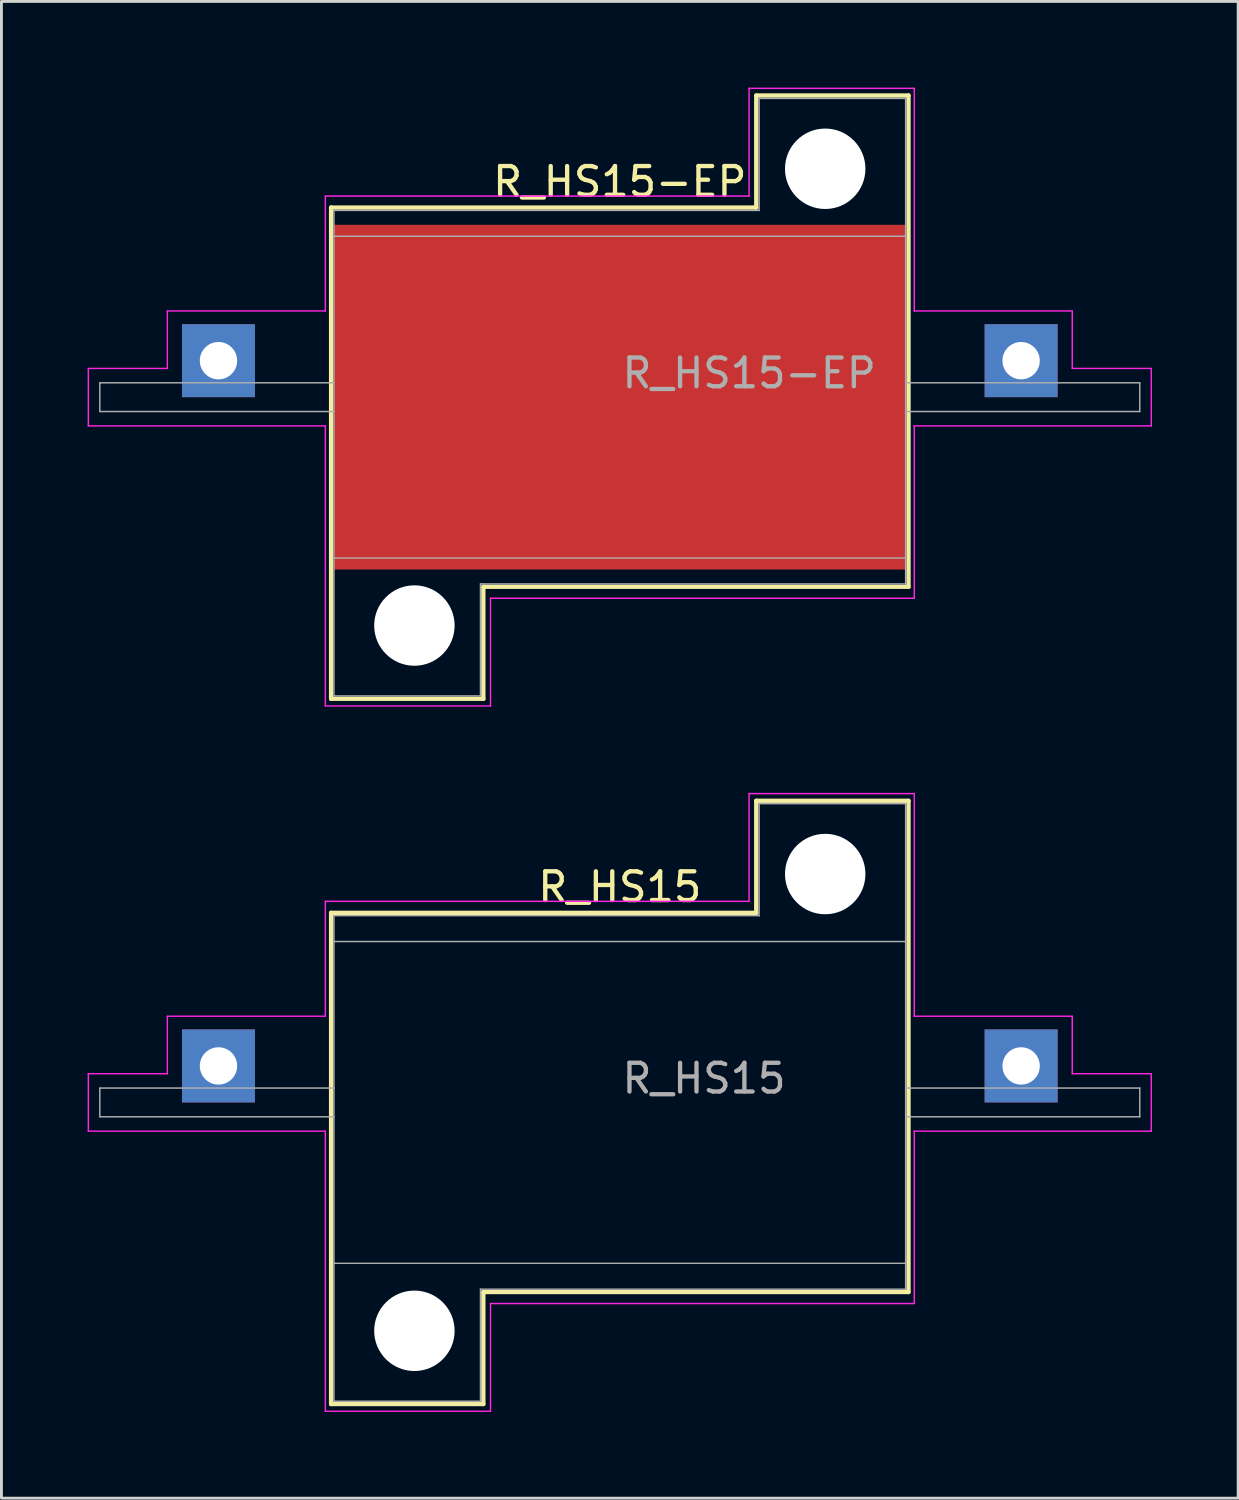
<source format=kicad_pcb>
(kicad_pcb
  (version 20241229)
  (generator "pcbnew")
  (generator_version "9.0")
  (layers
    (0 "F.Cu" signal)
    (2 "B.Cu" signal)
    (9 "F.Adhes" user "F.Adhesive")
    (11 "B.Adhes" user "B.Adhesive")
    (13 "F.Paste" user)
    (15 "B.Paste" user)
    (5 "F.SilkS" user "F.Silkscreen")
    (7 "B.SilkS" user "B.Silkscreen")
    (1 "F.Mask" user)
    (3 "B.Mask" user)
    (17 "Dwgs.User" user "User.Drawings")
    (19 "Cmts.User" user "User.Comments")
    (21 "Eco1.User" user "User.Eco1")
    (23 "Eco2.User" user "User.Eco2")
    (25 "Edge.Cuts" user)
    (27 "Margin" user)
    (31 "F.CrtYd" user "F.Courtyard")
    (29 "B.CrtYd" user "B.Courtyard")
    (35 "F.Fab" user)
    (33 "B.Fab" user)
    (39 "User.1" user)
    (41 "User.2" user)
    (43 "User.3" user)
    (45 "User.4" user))
  (footprint "R_HS15-EP"
    (layer "F.Cu")
    (at 18.525 10.775)
    (property "Reference" "R_HS15-EP" (at 0 -0.25 0) (layer "F.Fab") (effects (font (size 1 1) (thickness 0.15)) (justify left bottom)))
    (attr through_hole)
    (fp_line (start -10.05 -6.6) (end -10.05 10.5) (stroke (width 0.15) (type solid)) (layer "F.SilkS"))
    (fp_line (start -10.05 10.5) (end -4.75 10.5) (stroke (width 0.15) (type solid)) (layer "F.SilkS"))
    (fp_line (start -4.75 6.6) (end -4.75 10.5) (stroke (width 0.15) (type solid)) (layer "F.SilkS"))
    (fp_line (start -4.75 6.6) (end 10.05 6.6) (stroke (width 0.15) (type solid)) (layer "F.SilkS"))
    (fp_line (start 4.75 -6.6) (end -10.05 -6.6) (stroke (width 0.15) (type solid)) (layer "F.SilkS"))
    (fp_line (start 4.75 -6.6) (end 4.75 -10.5) (stroke (width 0.15) (type solid)) (layer "F.SilkS"))
    (fp_line (start 10.05 -10.5) (end 4.75 -10.5) (stroke (width 0.15) (type solid)) (layer "F.SilkS"))
    (fp_line (start 10.05 6.6) (end 10.05 -10.5) (stroke (width 0.15) (type solid)) (layer "F.SilkS"))
    (fp_line (start -18.5 -1) (end -18.5 1) (stroke (width 0.05) (type solid)) (layer "F.CrtYd"))
    (fp_line (start -18.5 1) (end -10.25 1) (stroke (width 0.05) (type solid)) (layer "F.CrtYd"))
    (fp_line (start -15.75 -3) (end -15.75 -1) (stroke (width 0.05) (type solid)) (layer "F.CrtYd"))
    (fp_line (start -15.75 -1) (end -18.5 -1) (stroke (width 0.05) (type solid)) (layer "F.CrtYd"))
    (fp_line (start -10.25 -7) (end -10.25 -3) (stroke (width 0.05) (type solid)) (layer "F.CrtYd"))
    (fp_line (start -10.25 -3) (end -15.75 -3) (stroke (width 0.05) (type solid)) (layer "F.CrtYd"))
    (fp_line (start -10.25 1) (end -10.25 10.75) (stroke (width 0.05) (type solid)) (layer "F.CrtYd"))
    (fp_line (start -10.25 10.75) (end -4.5 10.75) (stroke (width 0.05) (type solid)) (layer "F.CrtYd"))
    (fp_line (start -4.5 7) (end 10.25 7) (stroke (width 0.05) (type solid)) (layer "F.CrtYd"))
    (fp_line (start -4.5 10.75) (end -4.5 7) (stroke (width 0.05) (type solid)) (layer "F.CrtYd"))
    (fp_line (start 4.5 -10.75) (end 4.5 -7) (stroke (width 0.05) (type solid)) (layer "F.CrtYd"))
    (fp_line (start 4.5 -7) (end -10.25 -7) (stroke (width 0.05) (type solid)) (layer "F.CrtYd"))
    (fp_line (start 10.25 -10.75) (end 4.5 -10.75) (stroke (width 0.05) (type solid)) (layer "F.CrtYd"))
    (fp_line (start 10.25 -3) (end 10.25 -10.75) (stroke (width 0.05) (type solid)) (layer "F.CrtYd"))
    (fp_line (start 10.25 1) (end 18.5 1) (stroke (width 0.05) (type solid)) (layer "F.CrtYd"))
    (fp_line (start 10.25 7) (end 10.25 1) (stroke (width 0.05) (type solid)) (layer "F.CrtYd"))
    (fp_line (start 15.75 -3) (end 10.25 -3) (stroke (width 0.05) (type solid)) (layer "F.CrtYd"))
    (fp_line (start 15.75 -1) (end 15.75 -3) (stroke (width 0.05) (type solid)) (layer "F.CrtYd"))
    (fp_line (start 18.5 -1) (end 15.75 -1) (stroke (width 0.05) (type solid)) (layer "F.CrtYd"))
    (fp_line (start 18.5 1) (end 18.5 -1) (stroke (width 0.05) (type solid)) (layer "F.CrtYd"))
    (fp_line (start -18.1 -0.5) (end -9.95 -0.5) (stroke (width 0.05) (type solid)) (layer "F.Fab"))
    (fp_line (start -18.1 0.5) (end -18.1 -0.5) (stroke (width 0.05) (type solid)) (layer "F.Fab"))
    (fp_line (start -9.95 -6.5) (end -9.95 10.4) (stroke (width 0.05) (type solid)) (layer "F.Fab"))
    (fp_line (start -9.95 0.5) (end -18.1 0.5) (stroke (width 0.05) (type solid)) (layer "F.Fab"))
    (fp_line (start -9.95 5.6) (end 9.95 5.6) (stroke (width 0.05) (type solid)) (layer "F.Fab"))
    (fp_line (start -9.95 10.4) (end -4.85 10.4) (stroke (width 0.05) (type solid)) (layer "F.Fab"))
    (fp_line (start -4.85 6.5) (end -4.85 10.4) (stroke (width 0.05) (type solid)) (layer "F.Fab"))
    (fp_line (start -4.85 6.5) (end 9.95 6.5) (stroke (width 0.05) (type solid)) (layer "F.Fab"))
    (fp_line (start 4.85 -6.5) (end -9.95 -6.5) (stroke (width 0.05) (type solid)) (layer "F.Fab"))
    (fp_line (start 4.85 -6.5) (end 4.85 -10.4) (stroke (width 0.05) (type solid)) (layer "F.Fab"))
    (fp_line (start 9.95 -10.4) (end 4.85 -10.4) (stroke (width 0.05) (type solid)) (layer "F.Fab"))
    (fp_line (start 9.95 -5.6) (end -9.95 -5.6) (stroke (width 0.05) (type solid)) (layer "F.Fab"))
    (fp_line (start 9.95 -0.5) (end 18.1 -0.5) (stroke (width 0.05) (type solid)) (layer "F.Fab"))
    (fp_line (start 9.95 6.5) (end 9.95 -10.4) (stroke (width 0.05) (type solid)) (layer "F.Fab"))
    (fp_line (start 18.1 -0.5) (end 18.1 0.5) (stroke (width 0.05) (type solid)) (layer "F.Fab"))
    (fp_line (start 18.1 0.5) (end 9.95 0.5) (stroke (width 0.05) (type solid)) (layer "F.Fab"))
    (fp_text user "${REFERENCE}" (at 0 -7.5 0) (layer "F.SilkS") (effects (font (size 1 1) (thickness 0.15))))
    (pad "" np_thru_hole circle (at -7.15 7.95) (size 2.8 2.8) (drill 2.8) (layers "*.Cu" "*.Mask"))
    (pad "" np_thru_hole circle (at 7.15 -7.95) (size 2.8 2.8) (drill 2.8) (layers "*.Cu" "*.Mask"))
    (pad "1" thru_hole rect (at -13.97 -1.27 90) (size 2.54 2.54) (drill 1.3) (layers "*.Cu" "*.Mask"))
    (pad "2" thru_hole rect (at 13.97 -1.27 90) (size 2.54 2.54) (drill 1.3) (layers "*.Cu" "*.Mask"))
    (pad "3" smd rect (at 0 0) (size 19.9 12) (layers "F.Cu" "F.Mask" "F.Paste")))
  (footprint "R_HS15"
    (layer "F.Cu")
    (at 18.525 35.325)
    (property "Reference" "R_HS15" (at 0 -0.25 0) (layer "F.Fab") (effects (font (size 1 1) (thickness 0.15)) (justify left bottom)))
    (attr through_hole)
    (fp_line (start -10.05 -6.6) (end -10.05 10.5) (stroke (width 0.15) (type solid)) (layer "F.SilkS"))
    (fp_line (start -10.05 10.5) (end -4.75 10.5) (stroke (width 0.15) (type solid)) (layer "F.SilkS"))
    (fp_line (start -4.75 6.6) (end -4.75 10.5) (stroke (width 0.15) (type solid)) (layer "F.SilkS"))
    (fp_line (start -4.75 6.6) (end 10.05 6.6) (stroke (width 0.15) (type solid)) (layer "F.SilkS"))
    (fp_line (start 4.75 -6.6) (end -10.05 -6.6) (stroke (width 0.15) (type solid)) (layer "F.SilkS"))
    (fp_line (start 4.75 -6.6) (end 4.75 -10.5) (stroke (width 0.15) (type solid)) (layer "F.SilkS"))
    (fp_line (start 10.05 -10.5) (end 4.75 -10.5) (stroke (width 0.15) (type solid)) (layer "F.SilkS"))
    (fp_line (start 10.05 6.6) (end 10.05 -10.5) (stroke (width 0.15) (type solid)) (layer "F.SilkS"))
    (fp_line (start -18.5 -1) (end -18.5 1) (stroke (width 0.05) (type solid)) (layer "F.CrtYd"))
    (fp_line (start -18.5 1) (end -10.25 1) (stroke (width 0.05) (type solid)) (layer "F.CrtYd"))
    (fp_line (start -15.75 -3) (end -15.75 -1) (stroke (width 0.05) (type solid)) (layer "F.CrtYd"))
    (fp_line (start -15.75 -1) (end -18.5 -1) (stroke (width 0.05) (type solid)) (layer "F.CrtYd"))
    (fp_line (start -10.25 -7) (end -10.25 -3) (stroke (width 0.05) (type solid)) (layer "F.CrtYd"))
    (fp_line (start -10.25 -3) (end -15.75 -3) (stroke (width 0.05) (type solid)) (layer "F.CrtYd"))
    (fp_line (start -10.25 1) (end -10.25 10.75) (stroke (width 0.05) (type solid)) (layer "F.CrtYd"))
    (fp_line (start -10.25 10.75) (end -4.5 10.75) (stroke (width 0.05) (type solid)) (layer "F.CrtYd"))
    (fp_line (start -4.5 7) (end 10.25 7) (stroke (width 0.05) (type solid)) (layer "F.CrtYd"))
    (fp_line (start -4.5 10.75) (end -4.5 7) (stroke (width 0.05) (type solid)) (layer "F.CrtYd"))
    (fp_line (start 4.5 -10.75) (end 4.5 -7) (stroke (width 0.05) (type solid)) (layer "F.CrtYd"))
    (fp_line (start 4.5 -7) (end -10.25 -7) (stroke (width 0.05) (type solid)) (layer "F.CrtYd"))
    (fp_line (start 10.25 -10.75) (end 4.5 -10.75) (stroke (width 0.05) (type solid)) (layer "F.CrtYd"))
    (fp_line (start 10.25 -3) (end 10.25 -10.75) (stroke (width 0.05) (type solid)) (layer "F.CrtYd"))
    (fp_line (start 10.25 1) (end 18.5 1) (stroke (width 0.05) (type solid)) (layer "F.CrtYd"))
    (fp_line (start 10.25 7) (end 10.25 1) (stroke (width 0.05) (type solid)) (layer "F.CrtYd"))
    (fp_line (start 15.75 -3) (end 10.25 -3) (stroke (width 0.05) (type solid)) (layer "F.CrtYd"))
    (fp_line (start 15.75 -1) (end 15.75 -3) (stroke (width 0.05) (type solid)) (layer "F.CrtYd"))
    (fp_line (start 18.5 -1) (end 15.75 -1) (stroke (width 0.05) (type solid)) (layer "F.CrtYd"))
    (fp_line (start 18.5 1) (end 18.5 -1) (stroke (width 0.05) (type solid)) (layer "F.CrtYd"))
    (fp_line (start -18.1 -0.5) (end -9.95 -0.5) (stroke (width 0.05) (type solid)) (layer "F.Fab"))
    (fp_line (start -18.1 0.5) (end -18.1 -0.5) (stroke (width 0.05) (type solid)) (layer "F.Fab"))
    (fp_line (start -9.95 -6.5) (end -9.95 10.4) (stroke (width 0.05) (type solid)) (layer "F.Fab"))
    (fp_line (start -9.95 0.5) (end -18.1 0.5) (stroke (width 0.05) (type solid)) (layer "F.Fab"))
    (fp_line (start -9.95 5.6) (end 9.95 5.6) (stroke (width 0.05) (type solid)) (layer "F.Fab"))
    (fp_line (start -9.95 10.4) (end -4.85 10.4) (stroke (width 0.05) (type solid)) (layer "F.Fab"))
    (fp_line (start -4.85 6.5) (end -4.85 10.4) (stroke (width 0.05) (type solid)) (layer "F.Fab"))
    (fp_line (start -4.85 6.5) (end 9.95 6.5) (stroke (width 0.05) (type solid)) (layer "F.Fab"))
    (fp_line (start 4.85 -6.5) (end -9.95 -6.5) (stroke (width 0.05) (type solid)) (layer "F.Fab"))
    (fp_line (start 4.85 -6.5) (end 4.85 -10.4) (stroke (width 0.05) (type solid)) (layer "F.Fab"))
    (fp_line (start 9.95 -10.4) (end 4.85 -10.4) (stroke (width 0.05) (type solid)) (layer "F.Fab"))
    (fp_line (start 9.95 -5.6) (end -9.95 -5.6) (stroke (width 0.05) (type solid)) (layer "F.Fab"))
    (fp_line (start 9.95 -0.5) (end 18.1 -0.5) (stroke (width 0.05) (type solid)) (layer "F.Fab"))
    (fp_line (start 9.95 6.5) (end 9.95 -10.4) (stroke (width 0.05) (type solid)) (layer "F.Fab"))
    (fp_line (start 18.1 -0.5) (end 18.1 0.5) (stroke (width 0.05) (type solid)) (layer "F.Fab"))
    (fp_line (start 18.1 0.5) (end 9.95 0.5) (stroke (width 0.05) (type solid)) (layer "F.Fab"))
    (fp_text user "${REFERENCE}" (at 0 -7.5 0) (layer "F.SilkS") (effects (font (size 1 1) (thickness 0.15))))
    (pad "" np_thru_hole circle (at -7.15 7.95) (size 2.8 2.8) (drill 2.8) (layers "*.Cu" "*.Mask"))
    (pad "" np_thru_hole circle (at 7.15 -7.95) (size 2.8 2.8) (drill 2.8) (layers "*.Cu" "*.Mask"))
    (pad "1" thru_hole rect (at -13.97 -1.27 90) (size 2.54 2.54) (drill 1.3) (layers "*.Cu" "*.Mask"))
    (pad "2" thru_hole rect (at 13.97 -1.27 90) (size 2.54 2.54) (drill 1.3) (layers "*.Cu" "*.Mask")))
  (gr_rect
    (start -3 -3)
    (end 40.05 49.1)
    (stroke (width 0.1) (type default))
    (fill no)
    (layer "Edge.Cuts")))
</source>
